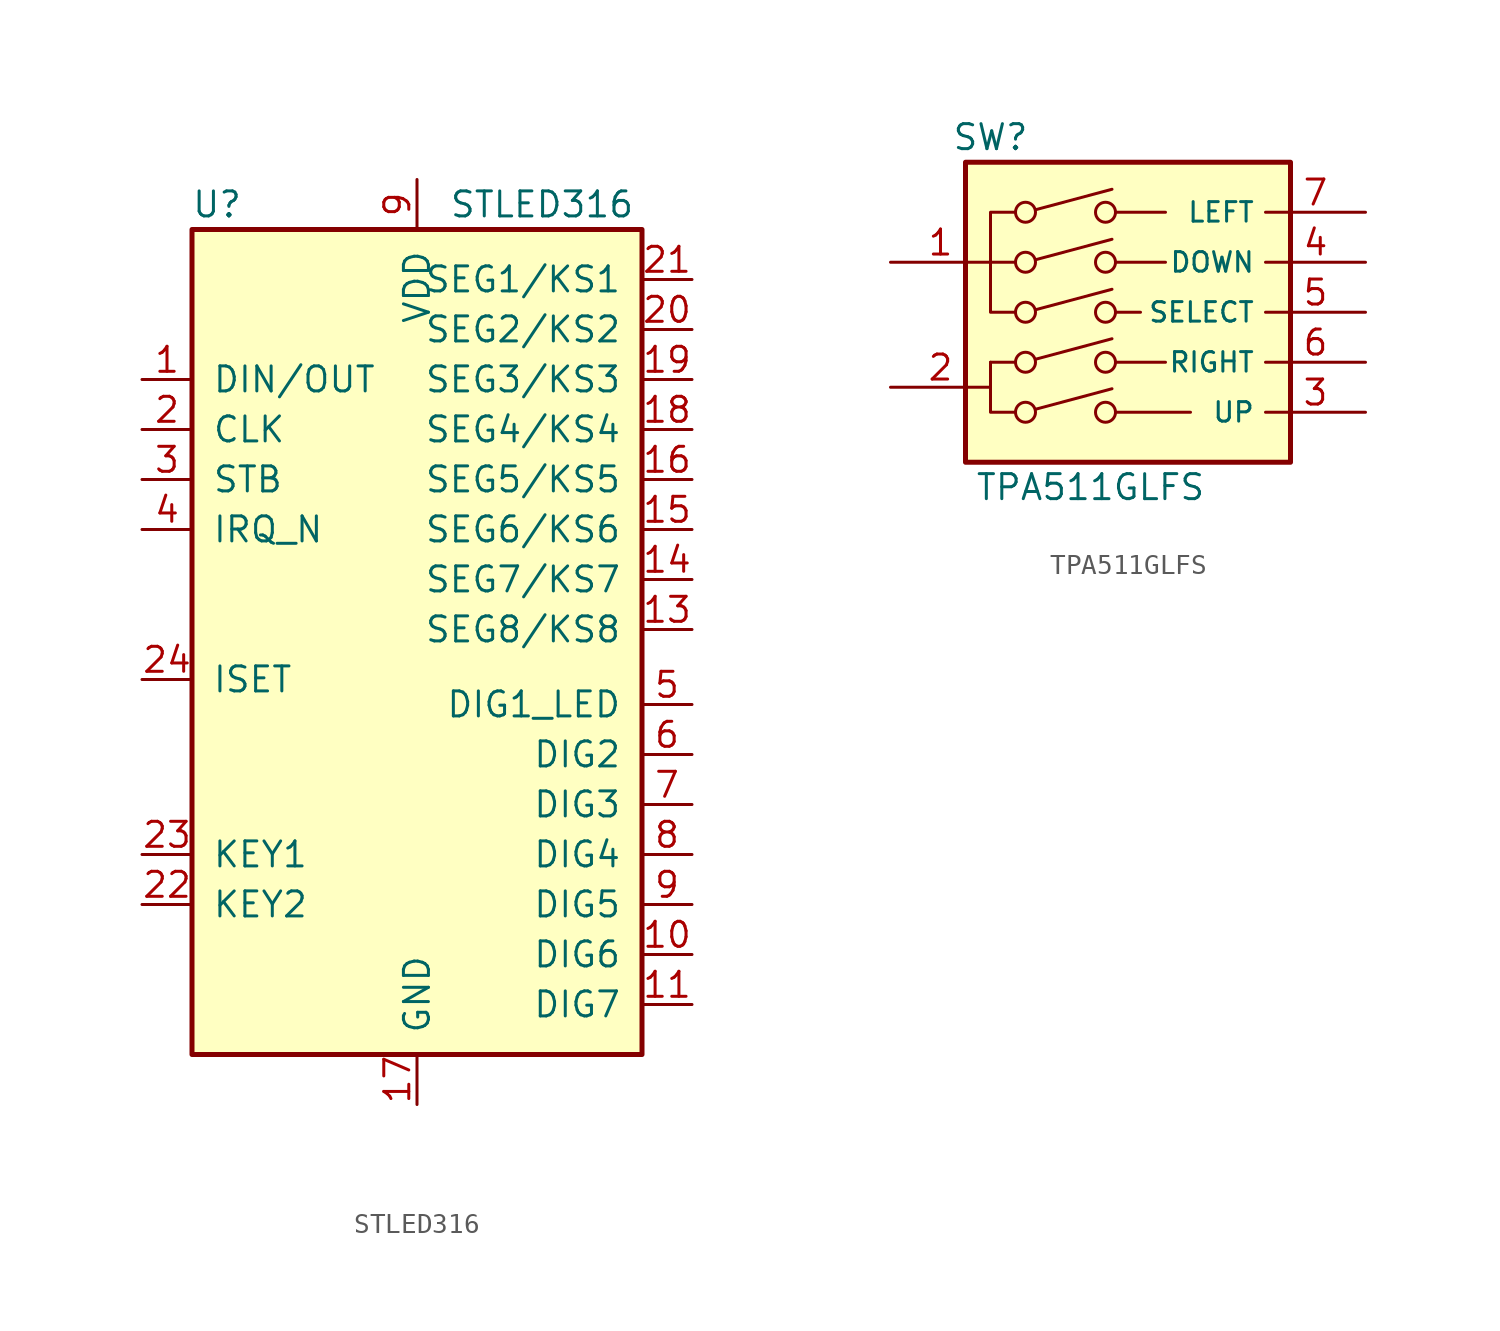
<source format=kicad_sym>
(kicad_symbol_lib
  (version 20210619)
  (generator kicad_symbol_editor)
  (symbol "STLED316"
    (pin_names
      (offset 1.016))
    (property "Reference" "U"
      (at -10.16 16.51 0)
      (effects (font (size 1.27 1.27))))
    (property "Value" "STLED316"
      (at 6.35 16.51 0)
      (effects (font (size 1.27 1.27))))
    (symbol "STLED316_1_1"
      (rectangle (start -11.43 15.24) (end 11.43 -26.67) (stroke (width 0.254)) (fill (type background)))
      (pin bidirectional line (at -13.97 7.62 0) (length 2.54) (name "DIN/OUT" (effects (font (size 1.27 1.27)))) (number "1" (effects (font (size 1.27 1.27)))))
      (pin output line (at 13.97 -21.59 180) (length 2.54) (name "DIG6" (effects (font (size 1.27 1.27)))) (number "10" (effects (font (size 1.27 1.27)))))
      (pin output line (at 13.97 -24.13 180) (length 2.54) (name "DIG7" (effects (font (size 1.27 1.27)))) (number "11" (effects (font (size 1.27 1.27)))))
      (pin output line (at 13.97 -5.08 180) (length 2.54) (name "SEG8/KS8" (effects (font (size 1.27 1.27)))) (number "13" (effects (font (size 1.27 1.27)))))
      (pin output line (at 13.97 -2.54 180) (length 2.54) (name "SEG7/KS7" (effects (font (size 1.27 1.27)))) (number "14" (effects (font (size 1.27 1.27)))))
      (pin output line (at 13.97 0 180) (length 2.54) (name "SEG6/KS6" (effects (font (size 1.27 1.27)))) (number "15" (effects (font (size 1.27 1.27)))))
      (pin output line (at 13.97 2.54 180) (length 2.54) (name "SEG5/KS5" (effects (font (size 1.27 1.27)))) (number "16" (effects (font (size 1.27 1.27)))))
      (pin power_in line (at 0 -29.21 90) (length 2.54) (name "GND" (effects (font (size 1.27 1.27)))) (number "17" (effects (font (size 1.27 1.27)))))
      (pin output line (at 13.97 5.08 180) (length 2.54) (name "SEG4/KS4" (effects (font (size 1.27 1.27)))) (number "18" (effects (font (size 1.27 1.27)))))
      (pin output line (at 13.97 7.62 180) (length 2.54) (name "SEG3/KS3" (effects (font (size 1.27 1.27)))) (number "19" (effects (font (size 1.27 1.27)))))
      (pin input line (at -13.97 5.08 0) (length 2.54) (name "CLK" (effects (font (size 1.27 1.27)))) (number "2" (effects (font (size 1.27 1.27)))))
      (pin output line (at 13.97 10.16 180) (length 2.54) (name "SEG2/KS2" (effects (font (size 1.27 1.27)))) (number "20" (effects (font (size 1.27 1.27)))))
      (pin output line (at 13.97 12.7 180) (length 2.54) (name "SEG1/KS1" (effects (font (size 1.27 1.27)))) (number "21" (effects (font (size 1.27 1.27)))))
      (pin input line (at -13.97 -19.05 0) (length 2.54) (name "KEY2" (effects (font (size 1.27 1.27)))) (number "22" (effects (font (size 1.27 1.27)))))
      (pin input line (at -13.97 -16.51 0) (length 2.54) (name "KEY1" (effects (font (size 1.27 1.27)))) (number "23" (effects (font (size 1.27 1.27)))))
      (pin passive line (at -13.97 -7.62 0) (length 2.54) (name "ISET" (effects (font (size 1.27 1.27)))) (number "24" (effects (font (size 1.27 1.27)))))
      (pin input line (at -13.97 2.54 0) (length 2.54) (name "STB" (effects (font (size 1.27 1.27)))) (number "3" (effects (font (size 1.27 1.27)))))
      (pin output line (at -13.97 0 0) (length 2.54) (name "IRQ_N" (effects (font (size 1.27 1.27)))) (number "4" (effects (font (size 1.27 1.27)))))
      (pin output line (at 13.97 -8.89 180) (length 2.54) (name "DIG1_LED" (effects (font (size 1.27 1.27)))) (number "5" (effects (font (size 1.27 1.27)))))
      (pin output line (at 13.97 -11.43 180) (length 2.54) (name "DIG2" (effects (font (size 1.27 1.27)))) (number "6" (effects (font (size 1.27 1.27)))))
      (pin output line (at 13.97 -13.97 180) (length 2.54) (name "DIG3" (effects (font (size 1.27 1.27)))) (number "7" (effects (font (size 1.27 1.27)))))
      (pin output line (at 13.97 -16.51 180) (length 2.54) (name "DIG4" (effects (font (size 1.27 1.27)))) (number "8" (effects (font (size 1.27 1.27)))))
      (pin output line (at 13.97 -19.05 180) (length 2.54) (name "DIG5" (effects (font (size 1.27 1.27)))) (number "9" (effects (font (size 1.27 1.27)))))
      (pin power_in line (at 0 17.78 270) (length 2.54) (name "VDD" (effects (font (size 1.27 1.27)))) (number "9" (effects (font (size 1.27 1.27)))))))
  (symbol "TPA511GLFS"
    (property "Reference" "SW"
      (at -6.35 8.89 0)
      (effects (font (size 1.27 1.27))))
    (property "Value" "TPA511GLFS"
      (at -1.27 -8.89 0)
      (effects (font (size 1.27 1.27))))
    (symbol "TPA511GLFS_0_0"
      (circle (center -4.572 -5.08) (radius 0.508) (stroke (width 0)) (fill (type none)))
      (circle (center -4.572 -2.54) (radius 0.508) (stroke (width 0)) (fill (type none)))
      (circle (center -4.572 0) (radius 0.508) (stroke (width 0)) (fill (type none)))
      (circle (center -4.572 2.54) (radius 0.508) (stroke (width 0)) (fill (type none)))
      (circle (center -4.572 5.08) (radius 0.508) (stroke (width 0)) (fill (type none)))
      (circle (center -0.508 -5.08) (radius 0.508) (stroke (width 0)) (fill (type none)))
      (circle (center -0.508 -2.54) (radius 0.508) (stroke (width 0)) (fill (type none)))
      (circle (center -0.508 0) (radius 0.508) (stroke (width 0)) (fill (type none)))
      (circle (center -0.508 2.54) (radius 0.508) (stroke (width 0)) (fill (type none)))
      (circle (center -0.508 5.08) (radius 0.508) (stroke (width 0)) (fill (type none)))
      (polyline (pts (xy -4.064 -4.928) (xy -0.178 -3.886)) (stroke (width 0)) (fill (type none)))
      (polyline (pts (xy -4.064 -2.388) (xy -0.178 -1.346)) (stroke (width 0)) (fill (type none)))
      (polyline (pts (xy -4.064 0.127) (xy -0.178 1.168)) (stroke (width 0)) (fill (type none)))
      (polyline (pts (xy -4.064 2.667) (xy -0.178 3.708)) (stroke (width 0)) (fill (type none)))
      (polyline (pts (xy -4.064 5.207) (xy -0.178 6.248)) (stroke (width 0)) (fill (type none))))
    (symbol "TPA511GLFS_0_1"
      (rectangle (start -7.62 7.62) (end 8.89 -7.62) (stroke (width 0.254)) (fill (type background)))
      (polyline (pts (xy -6.35 -2.54) (xy -5.08 -2.54)) (stroke (width 0)) (fill (type none)))
      (polyline (pts (xy -5.08 2.54) (xy -6.35 2.54)) (stroke (width 0)) (fill (type none)))
      (polyline (pts (xy 0 -5.08) (xy 3.81 -5.08)) (stroke (width 0)) (fill (type none)))
      (polyline (pts (xy 0 -2.54) (xy 2.54 -2.54)) (stroke (width 0)) (fill (type none)))
      (polyline (pts (xy 0 0) (xy 1.27 0)) (stroke (width 0)) (fill (type none)))
      (polyline (pts (xy 0 2.54) (xy 2.54 2.54)) (stroke (width 0)) (fill (type none)))
      (polyline (pts (xy 0 5.08) (xy 2.54 5.08)) (stroke (width 0)) (fill (type none)))
      (polyline (pts (xy -5.08 -5.08) (xy -6.35 -5.08) (xy -6.35 -2.54)) (stroke (width 0)) (fill (type none)))
      (polyline (pts (xy -5.08 5.08) (xy -6.35 5.08) (xy -6.35 0) (xy -5.08 0)) (stroke (width 0)) (fill (type none))))
    (symbol "TPA511GLFS_1_1"
      (pin passive line (at -11.43 2.54 0) (length 5.08) (name "~" (effects (font (size 1.27 1.27)))) (number "1" (effects (font (size 1.27 1.27)))))
      (pin passive line (at -11.43 -3.81 0) (length 5.08) (name "~" (effects (font (size 1.27 1.27)))) (number "2" (effects (font (size 1.27 1.27)))))
      (pin passive line (at 12.7 -5.08 180) (length 5.08) (name "UP" (effects (font (size 0.991 0.991)))) (number "3" (effects (font (size 1.27 1.27)))))
      (pin passive line (at 12.7 2.54 180) (length 5.08) (name "DOWN" (effects (font (size 0.991 0.991)))) (number "4" (effects (font (size 1.27 1.27)))))
      (pin passive line (at 12.7 0 180) (length 5.08) (name "SELECT" (effects (font (size 0.991 0.991)))) (number "5" (effects (font (size 1.27 1.27)))))
      (pin passive line (at 12.7 -2.54 180) (length 5.08) (name "RIGHT" (effects (font (size 0.991 0.991)))) (number "6" (effects (font (size 1.27 1.27)))))
      (pin passive line (at 12.7 5.08 180) (length 5.08) (name "LEFT" (effects (font (size 0.991 0.991)))) (number "7" (effects (font (size 1.27 1.27))))))))
</source>
